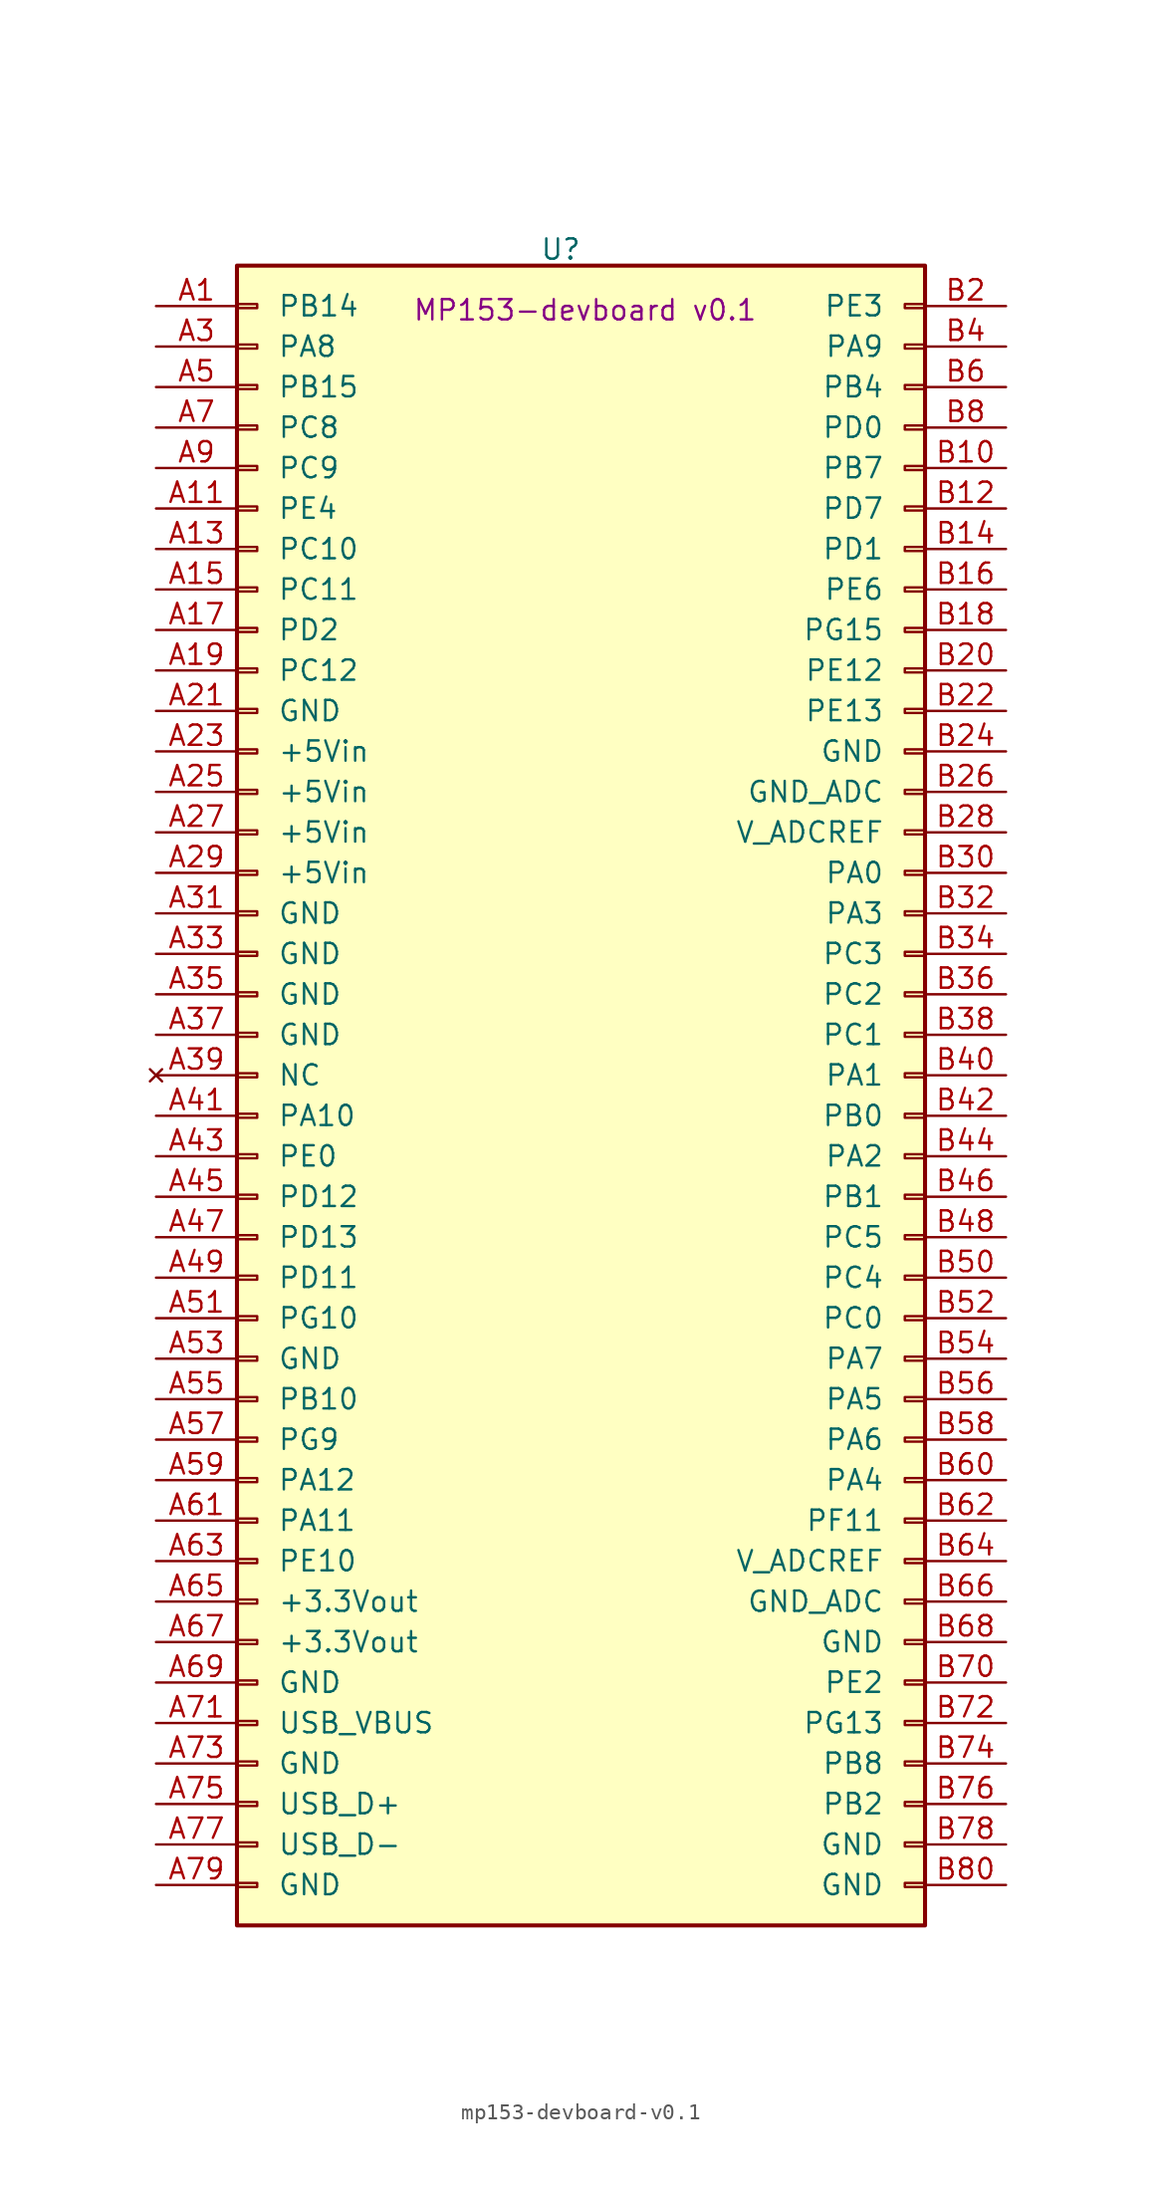
<source format=kicad_sym>
(kicad_symbol_lib
  (version 20241209)
  (generator "kicad_symbol_editor")
  (generator_version "9.0")
  (symbol "mp153-devboard-v0.1"
    (pin_names
      (offset 2.54))
    (property "Reference" "U"
      (at -1.27 53.086 0)
      (effects (font (size 1.27 1.27))))
    (property "Value" ""
      (at 0 0 0)
      (effects (font (size 1.27 1.27))))
    (property "Display" "MP153-devboard v0.1"
      (at 0.254 49.276 0)
      (effects (font (size 1.27 1.27))))
    (symbol "mp153-devboard-v0.1_1_1"
      (rectangle (start -21.59 52.07) (end 21.59 -52.07) (stroke (width 0.254) (type default)) (fill (type background)))
      (rectangle (start -21.59 49.657) (end -20.32 49.403) (stroke (width 0.152) (type default)) (fill (type none)))
      (rectangle (start -21.59 47.117) (end -20.32 46.863) (stroke (width 0.152) (type default)) (fill (type none)))
      (rectangle (start -21.59 44.577) (end -20.32 44.323) (stroke (width 0.152) (type default)) (fill (type none)))
      (rectangle (start -21.59 42.037) (end -20.32 41.783) (stroke (width 0.152) (type default)) (fill (type none)))
      (rectangle (start -21.59 39.497) (end -20.32 39.243) (stroke (width 0.152) (type default)) (fill (type none)))
      (rectangle (start -21.59 36.957) (end -20.32 36.703) (stroke (width 0.152) (type default)) (fill (type none)))
      (rectangle (start -21.59 34.417) (end -20.32 34.163) (stroke (width 0.152) (type default)) (fill (type none)))
      (rectangle (start -21.59 31.877) (end -20.32 31.623) (stroke (width 0.152) (type default)) (fill (type none)))
      (rectangle (start -21.59 29.337) (end -20.32 29.083) (stroke (width 0.152) (type default)) (fill (type none)))
      (rectangle (start -21.59 26.797) (end -20.32 26.543) (stroke (width 0.152) (type default)) (fill (type none)))
      (rectangle (start -21.59 24.257) (end -20.32 24.003) (stroke (width 0.152) (type default)) (fill (type none)))
      (rectangle (start -21.59 21.717) (end -20.32 21.463) (stroke (width 0.152) (type default)) (fill (type none)))
      (rectangle (start -21.59 19.177) (end -20.32 18.923) (stroke (width 0.152) (type default)) (fill (type none)))
      (rectangle (start -21.59 16.637) (end -20.32 16.383) (stroke (width 0.152) (type default)) (fill (type none)))
      (rectangle (start -21.59 14.097) (end -20.32 13.843) (stroke (width 0.152) (type default)) (fill (type none)))
      (rectangle (start -21.59 11.557) (end -20.32 11.303) (stroke (width 0.152) (type default)) (fill (type none)))
      (rectangle (start -21.59 9.017) (end -20.32 8.763) (stroke (width 0.152) (type default)) (fill (type none)))
      (rectangle (start -21.59 6.477) (end -20.32 6.223) (stroke (width 0.152) (type default)) (fill (type none)))
      (rectangle (start -21.59 3.937) (end -20.32 3.683) (stroke (width 0.152) (type default)) (fill (type none)))
      (rectangle (start -21.59 1.397) (end -20.32 1.143) (stroke (width 0.152) (type default)) (fill (type none)))
      (rectangle (start -21.59 -1.143) (end -20.32 -1.397) (stroke (width 0.152) (type default)) (fill (type none)))
      (rectangle (start -21.59 -3.683) (end -20.32 -3.937) (stroke (width 0.152) (type default)) (fill (type none)))
      (rectangle (start -21.59 -6.223) (end -20.32 -6.477) (stroke (width 0.152) (type default)) (fill (type none)))
      (rectangle (start -21.59 -8.763) (end -20.32 -9.017) (stroke (width 0.152) (type default)) (fill (type none)))
      (rectangle (start -21.59 -11.303) (end -20.32 -11.557) (stroke (width 0.152) (type default)) (fill (type none)))
      (rectangle (start -21.59 -13.843) (end -20.32 -14.097) (stroke (width 0.152) (type default)) (fill (type none)))
      (rectangle (start -21.59 -16.383) (end -20.32 -16.637) (stroke (width 0.152) (type default)) (fill (type none)))
      (rectangle (start -21.59 -18.923) (end -20.32 -19.177) (stroke (width 0.152) (type default)) (fill (type none)))
      (rectangle (start -21.59 -21.463) (end -20.32 -21.717) (stroke (width 0.152) (type default)) (fill (type none)))
      (rectangle (start -21.59 -24.003) (end -20.32 -24.257) (stroke (width 0.152) (type default)) (fill (type none)))
      (rectangle (start -21.59 -26.543) (end -20.32 -26.797) (stroke (width 0.152) (type default)) (fill (type none)))
      (rectangle (start -21.59 -29.083) (end -20.32 -29.337) (stroke (width 0.152) (type default)) (fill (type none)))
      (rectangle (start -21.59 -31.623) (end -20.32 -31.877) (stroke (width 0.152) (type default)) (fill (type none)))
      (rectangle (start -21.59 -34.163) (end -20.32 -34.417) (stroke (width 0.152) (type default)) (fill (type none)))
      (rectangle (start -21.59 -36.703) (end -20.32 -36.957) (stroke (width 0.152) (type default)) (fill (type none)))
      (rectangle (start -21.59 -39.243) (end -20.32 -39.497) (stroke (width 0.152) (type default)) (fill (type none)))
      (rectangle (start -21.59 -41.783) (end -20.32 -42.037) (stroke (width 0.152) (type default)) (fill (type none)))
      (rectangle (start -21.59 -44.323) (end -20.32 -44.577) (stroke (width 0.152) (type default)) (fill (type none)))
      (rectangle (start -21.59 -46.863) (end -20.32 -47.117) (stroke (width 0.152) (type default)) (fill (type none)))
      (rectangle (start -21.59 -49.403) (end -20.32 -49.657) (stroke (width 0.152) (type default)) (fill (type none)))
      (rectangle (start 21.59 49.657) (end 20.32 49.403) (stroke (width 0.152) (type default)) (fill (type none)))
      (rectangle (start 21.59 47.117) (end 20.32 46.863) (stroke (width 0.152) (type default)) (fill (type none)))
      (rectangle (start 21.59 44.577) (end 20.32 44.323) (stroke (width 0.152) (type default)) (fill (type none)))
      (rectangle (start 21.59 42.037) (end 20.32 41.783) (stroke (width 0.152) (type default)) (fill (type none)))
      (rectangle (start 21.59 39.497) (end 20.32 39.243) (stroke (width 0.152) (type default)) (fill (type none)))
      (rectangle (start 21.59 36.957) (end 20.32 36.703) (stroke (width 0.152) (type default)) (fill (type none)))
      (rectangle (start 21.59 34.417) (end 20.32 34.163) (stroke (width 0.152) (type default)) (fill (type none)))
      (rectangle (start 21.59 31.877) (end 20.32 31.623) (stroke (width 0.152) (type default)) (fill (type none)))
      (rectangle (start 21.59 29.337) (end 20.32 29.083) (stroke (width 0.152) (type default)) (fill (type none)))
      (rectangle (start 21.59 26.797) (end 20.32 26.543) (stroke (width 0.152) (type default)) (fill (type none)))
      (rectangle (start 21.59 24.257) (end 20.32 24.003) (stroke (width 0.152) (type default)) (fill (type none)))
      (rectangle (start 21.59 21.717) (end 20.32 21.463) (stroke (width 0.152) (type default)) (fill (type none)))
      (rectangle (start 21.59 19.177) (end 20.32 18.923) (stroke (width 0.152) (type default)) (fill (type none)))
      (rectangle (start 21.59 16.637) (end 20.32 16.383) (stroke (width 0.152) (type default)) (fill (type none)))
      (rectangle (start 21.59 14.097) (end 20.32 13.843) (stroke (width 0.152) (type default)) (fill (type none)))
      (rectangle (start 21.59 11.557) (end 20.32 11.303) (stroke (width 0.152) (type default)) (fill (type none)))
      (rectangle (start 21.59 9.017) (end 20.32 8.763) (stroke (width 0.152) (type default)) (fill (type none)))
      (rectangle (start 21.59 6.477) (end 20.32 6.223) (stroke (width 0.152) (type default)) (fill (type none)))
      (rectangle (start 21.59 3.937) (end 20.32 3.683) (stroke (width 0.152) (type default)) (fill (type none)))
      (rectangle (start 21.59 1.397) (end 20.32 1.143) (stroke (width 0.152) (type default)) (fill (type none)))
      (rectangle (start 21.59 -1.143) (end 20.32 -1.397) (stroke (width 0.152) (type default)) (fill (type none)))
      (rectangle (start 21.59 -3.683) (end 20.32 -3.937) (stroke (width 0.152) (type default)) (fill (type none)))
      (rectangle (start 21.59 -6.223) (end 20.32 -6.477) (stroke (width 0.152) (type default)) (fill (type none)))
      (rectangle (start 21.59 -8.763) (end 20.32 -9.017) (stroke (width 0.152) (type default)) (fill (type none)))
      (rectangle (start 21.59 -11.303) (end 20.32 -11.557) (stroke (width 0.152) (type default)) (fill (type none)))
      (rectangle (start 21.59 -13.843) (end 20.32 -14.097) (stroke (width 0.152) (type default)) (fill (type none)))
      (rectangle (start 21.59 -16.383) (end 20.32 -16.637) (stroke (width 0.152) (type default)) (fill (type none)))
      (rectangle (start 21.59 -18.923) (end 20.32 -19.177) (stroke (width 0.152) (type default)) (fill (type none)))
      (rectangle (start 21.59 -21.463) (end 20.32 -21.717) (stroke (width 0.152) (type default)) (fill (type none)))
      (rectangle (start 21.59 -24.003) (end 20.32 -24.257) (stroke (width 0.152) (type default)) (fill (type none)))
      (rectangle (start 21.59 -26.543) (end 20.32 -26.797) (stroke (width 0.152) (type default)) (fill (type none)))
      (rectangle (start 21.59 -29.083) (end 20.32 -29.337) (stroke (width 0.152) (type default)) (fill (type none)))
      (rectangle (start 21.59 -31.623) (end 20.32 -31.877) (stroke (width 0.152) (type default)) (fill (type none)))
      (rectangle (start 21.59 -34.163) (end 20.32 -34.417) (stroke (width 0.152) (type default)) (fill (type none)))
      (rectangle (start 21.59 -36.703) (end 20.32 -36.957) (stroke (width 0.152) (type default)) (fill (type none)))
      (rectangle (start 21.59 -39.243) (end 20.32 -39.497) (stroke (width 0.152) (type default)) (fill (type none)))
      (rectangle (start 21.59 -41.783) (end 20.32 -42.037) (stroke (width 0.152) (type default)) (fill (type none)))
      (rectangle (start 21.59 -44.323) (end 20.32 -44.577) (stroke (width 0.152) (type default)) (fill (type none)))
      (rectangle (start 21.59 -46.863) (end 20.32 -47.117) (stroke (width 0.152) (type default)) (fill (type none)))
      (rectangle (start 21.59 -49.403) (end 20.32 -49.657) (stroke (width 0.152) (type default)) (fill (type none)))
      (pin passive line (at -26.67 49.53 0) (length 5.08) (name "PB14" (effects (font (size 1.27 1.27)))) (number "A1" (effects (font (size 1.27 1.27)))))
      (pin passive line (at -26.67 46.99 0) (length 5.08) (name "PA8" (effects (font (size 1.27 1.27)))) (number "A3" (effects (font (size 1.27 1.27)))))
      (pin passive line (at -26.67 44.45 0) (length 5.08) (name "PB15" (effects (font (size 1.27 1.27)))) (number "A5" (effects (font (size 1.27 1.27)))))
      (pin passive line (at -26.67 41.91 0) (length 5.08) (name "PC8" (effects (font (size 1.27 1.27)))) (number "A7" (effects (font (size 1.27 1.27)))))
      (pin passive line (at -26.67 39.37 0) (length 5.08) (name "PC9" (effects (font (size 1.27 1.27)))) (number "A9" (effects (font (size 1.27 1.27)))))
      (pin passive line (at -26.67 36.83 0) (length 5.08) (name "PE4" (effects (font (size 1.27 1.27)))) (number "A11" (effects (font (size 1.27 1.27)))))
      (pin passive line (at -26.67 34.29 0) (length 5.08) (name "PC10" (effects (font (size 1.27 1.27)))) (number "A13" (effects (font (size 1.27 1.27)))))
      (pin passive line (at -26.67 31.75 0) (length 5.08) (name "PC11" (effects (font (size 1.27 1.27)))) (number "A15" (effects (font (size 1.27 1.27)))))
      (pin passive line (at -26.67 29.21 0) (length 5.08) (name "PD2" (effects (font (size 1.27 1.27)))) (number "A17" (effects (font (size 1.27 1.27)))))
      (pin passive line (at -26.67 26.67 0) (length 5.08) (name "PC12" (effects (font (size 1.27 1.27)))) (number "A19" (effects (font (size 1.27 1.27)))))
      (pin passive line (at -26.67 24.13 0) (length 5.08) (name "GND" (effects (font (size 1.27 1.27)))) (number "A21" (effects (font (size 1.27 1.27)))))
      (pin passive line (at -26.67 21.59 0) (length 5.08) (name "+5Vin" (effects (font (size 1.27 1.27)))) (number "A23" (effects (font (size 1.27 1.27)))))
      (pin passive line (at -26.67 19.05 0) (length 5.08) (name "+5Vin" (effects (font (size 1.27 1.27)))) (number "A25" (effects (font (size 1.27 1.27)))))
      (pin passive line (at -26.67 16.51 0) (length 5.08) (name "+5Vin" (effects (font (size 1.27 1.27)))) (number "A27" (effects (font (size 1.27 1.27)))))
      (pin passive line (at -26.67 13.97 0) (length 5.08) (name "+5Vin" (effects (font (size 1.27 1.27)))) (number "A29" (effects (font (size 1.27 1.27)))))
      (pin passive line (at -26.67 11.43 0) (length 5.08) (name "GND" (effects (font (size 1.27 1.27)))) (number "A31" (effects (font (size 1.27 1.27)))))
      (pin passive line (at -26.67 8.89 0) (length 5.08) (name "GND" (effects (font (size 1.27 1.27)))) (number "A33" (effects (font (size 1.27 1.27)))))
      (pin passive line (at -26.67 6.35 0) (length 5.08) (name "GND" (effects (font (size 1.27 1.27)))) (number "A35" (effects (font (size 1.27 1.27)))))
      (pin passive line (at -26.67 3.81 0) (length 5.08) (name "GND" (effects (font (size 1.27 1.27)))) (number "A37" (effects (font (size 1.27 1.27)))))
      (pin no_connect line (at -26.67 1.27 0) (length 5.08) (name "NC" (effects (font (size 1.27 1.27)))) (number "A39" (effects (font (size 1.27 1.27)))))
      (pin passive line (at -26.67 -1.27 0) (length 5.08) (name "PA10" (effects (font (size 1.27 1.27)))) (number "A41" (effects (font (size 1.27 1.27)))))
      (pin passive line (at -26.67 -3.81 0) (length 5.08) (name "PE0" (effects (font (size 1.27 1.27)))) (number "A43" (effects (font (size 1.27 1.27)))))
      (pin passive line (at -26.67 -6.35 0) (length 5.08) (name "PD12" (effects (font (size 1.27 1.27)))) (number "A45" (effects (font (size 1.27 1.27)))))
      (pin passive line (at -26.67 -8.89 0) (length 5.08) (name "PD13" (effects (font (size 1.27 1.27)))) (number "A47" (effects (font (size 1.27 1.27)))))
      (pin passive line (at -26.67 -11.43 0) (length 5.08) (name "PD11" (effects (font (size 1.27 1.27)))) (number "A49" (effects (font (size 1.27 1.27)))))
      (pin passive line (at -26.67 -13.97 0) (length 5.08) (name "PG10" (effects (font (size 1.27 1.27)))) (number "A51" (effects (font (size 1.27 1.27)))))
      (pin passive line (at -26.67 -16.51 0) (length 5.08) (name "GND" (effects (font (size 1.27 1.27)))) (number "A53" (effects (font (size 1.27 1.27)))))
      (pin passive line (at -26.67 -19.05 0) (length 5.08) (name "PB10" (effects (font (size 1.27 1.27)))) (number "A55" (effects (font (size 1.27 1.27)))))
      (pin passive line (at -26.67 -21.59 0) (length 5.08) (name "PG9" (effects (font (size 1.27 1.27)))) (number "A57" (effects (font (size 1.27 1.27)))))
      (pin passive line (at -26.67 -24.13 0) (length 5.08) (name "PA12" (effects (font (size 1.27 1.27)))) (number "A59" (effects (font (size 1.27 1.27)))))
      (pin passive line (at -26.67 -26.67 0) (length 5.08) (name "PA11" (effects (font (size 1.27 1.27)))) (number "A61" (effects (font (size 1.27 1.27)))))
      (pin passive line (at -26.67 -29.21 0) (length 5.08) (name "PE10" (effects (font (size 1.27 1.27)))) (number "A63" (effects (font (size 1.27 1.27)))))
      (pin passive line (at -26.67 -31.75 0) (length 5.08) (name "+3.3Vout" (effects (font (size 1.27 1.27)))) (number "A65" (effects (font (size 1.27 1.27)))))
      (pin passive line (at -26.67 -34.29 0) (length 5.08) (name "+3.3Vout" (effects (font (size 1.27 1.27)))) (number "A67" (effects (font (size 1.27 1.27)))))
      (pin passive line (at -26.67 -36.83 0) (length 5.08) (name "GND" (effects (font (size 1.27 1.27)))) (number "A69" (effects (font (size 1.27 1.27)))))
      (pin passive line (at -26.67 -39.37 0) (length 5.08) (name "USB_VBUS" (effects (font (size 1.27 1.27)))) (number "A71" (effects (font (size 1.27 1.27)))))
      (pin passive line (at -26.67 -41.91 0) (length 5.08) (name "GND" (effects (font (size 1.27 1.27)))) (number "A73" (effects (font (size 1.27 1.27)))))
      (pin passive line (at -26.67 -44.45 0) (length 5.08) (name "USB_D+" (effects (font (size 1.27 1.27)))) (number "A75" (effects (font (size 1.27 1.27)))))
      (pin passive line (at -26.67 -46.99 0) (length 5.08) (name "USB_D-" (effects (font (size 1.27 1.27)))) (number "A77" (effects (font (size 1.27 1.27)))))
      (pin passive line (at -26.67 -49.53 0) (length 5.08) (name "GND" (effects (font (size 1.27 1.27)))) (number "A79" (effects (font (size 1.27 1.27)))))
      (pin passive line (at 26.67 49.53 180) (length 5.08) (name "PE3" (effects (font (size 1.27 1.27)))) (number "B2" (effects (font (size 1.27 1.27)))))
      (pin passive line (at 26.67 46.99 180) (length 5.08) (name "PA9" (effects (font (size 1.27 1.27)))) (number "B4" (effects (font (size 1.27 1.27)))))
      (pin passive line (at 26.67 44.45 180) (length 5.08) (name "PB4" (effects (font (size 1.27 1.27)))) (number "B6" (effects (font (size 1.27 1.27)))))
      (pin passive line (at 26.67 41.91 180) (length 5.08) (name "PD0" (effects (font (size 1.27 1.27)))) (number "B8" (effects (font (size 1.27 1.27)))))
      (pin passive line (at 26.67 39.37 180) (length 5.08) (name "PB7" (effects (font (size 1.27 1.27)))) (number "B10" (effects (font (size 1.27 1.27)))))
      (pin passive line (at 26.67 36.83 180) (length 5.08) (name "PD7" (effects (font (size 1.27 1.27)))) (number "B12" (effects (font (size 1.27 1.27)))))
      (pin passive line (at 26.67 34.29 180) (length 5.08) (name "PD1" (effects (font (size 1.27 1.27)))) (number "B14" (effects (font (size 1.27 1.27)))))
      (pin passive line (at 26.67 31.75 180) (length 5.08) (name "PE6" (effects (font (size 1.27 1.27)))) (number "B16" (effects (font (size 1.27 1.27)))))
      (pin passive line (at 26.67 29.21 180) (length 5.08) (name "PG15" (effects (font (size 1.27 1.27)))) (number "B18" (effects (font (size 1.27 1.27)))))
      (pin passive line (at 26.67 26.67 180) (length 5.08) (name "PE12" (effects (font (size 1.27 1.27)))) (number "B20" (effects (font (size 1.27 1.27)))))
      (pin passive line (at 26.67 24.13 180) (length 5.08) (name "PE13" (effects (font (size 1.27 1.27)))) (number "B22" (effects (font (size 1.27 1.27)))))
      (pin passive line (at 26.67 21.59 180) (length 5.08) (name "GND" (effects (font (size 1.27 1.27)))) (number "B24" (effects (font (size 1.27 1.27)))))
      (pin passive line (at 26.67 19.05 180) (length 5.08) (name "GND_ADC" (effects (font (size 1.27 1.27)))) (number "B26" (effects (font (size 1.27 1.27)))))
      (pin passive line (at 26.67 16.51 180) (length 5.08) (name "V_ADCREF" (effects (font (size 1.27 1.27)))) (number "B28" (effects (font (size 1.27 1.27)))))
      (pin passive line (at 26.67 13.97 180) (length 5.08) (name "PA0" (effects (font (size 1.27 1.27)))) (number "B30" (effects (font (size 1.27 1.27)))))
      (pin passive line (at 26.67 11.43 180) (length 5.08) (name "PA3" (effects (font (size 1.27 1.27)))) (number "B32" (effects (font (size 1.27 1.27)))))
      (pin passive line (at 26.67 8.89 180) (length 5.08) (name "PC3" (effects (font (size 1.27 1.27)))) (number "B34" (effects (font (size 1.27 1.27)))))
      (pin passive line (at 26.67 6.35 180) (length 5.08) (name "PC2" (effects (font (size 1.27 1.27)))) (number "B36" (effects (font (size 1.27 1.27)))))
      (pin passive line (at 26.67 3.81 180) (length 5.08) (name "PC1" (effects (font (size 1.27 1.27)))) (number "B38" (effects (font (size 1.27 1.27)))))
      (pin passive line (at 26.67 1.27 180) (length 5.08) (name "PA1" (effects (font (size 1.27 1.27)))) (number "B40" (effects (font (size 1.27 1.27)))))
      (pin passive line (at 26.67 -1.27 180) (length 5.08) (name "PB0" (effects (font (size 1.27 1.27)))) (number "B42" (effects (font (size 1.27 1.27)))))
      (pin passive line (at 26.67 -3.81 180) (length 5.08) (name "PA2" (effects (font (size 1.27 1.27)))) (number "B44" (effects (font (size 1.27 1.27)))))
      (pin passive line (at 26.67 -6.35 180) (length 5.08) (name "PB1" (effects (font (size 1.27 1.27)))) (number "B46" (effects (font (size 1.27 1.27)))))
      (pin passive line (at 26.67 -8.89 180) (length 5.08) (name "PC5" (effects (font (size 1.27 1.27)))) (number "B48" (effects (font (size 1.27 1.27)))))
      (pin passive line (at 26.67 -11.43 180) (length 5.08) (name "PC4" (effects (font (size 1.27 1.27)))) (number "B50" (effects (font (size 1.27 1.27)))))
      (pin passive line (at 26.67 -13.97 180) (length 5.08) (name "PC0" (effects (font (size 1.27 1.27)))) (number "B52" (effects (font (size 1.27 1.27)))))
      (pin passive line (at 26.67 -16.51 180) (length 5.08) (name "PA7" (effects (font (size 1.27 1.27)))) (number "B54" (effects (font (size 1.27 1.27)))))
      (pin passive line (at 26.67 -19.05 180) (length 5.08) (name "PA5" (effects (font (size 1.27 1.27)))) (number "B56" (effects (font (size 1.27 1.27)))))
      (pin passive line (at 26.67 -21.59 180) (length 5.08) (name "PA6" (effects (font (size 1.27 1.27)))) (number "B58" (effects (font (size 1.27 1.27)))))
      (pin passive line (at 26.67 -24.13 180) (length 5.08) (name "PA4" (effects (font (size 1.27 1.27)))) (number "B60" (effects (font (size 1.27 1.27)))))
      (pin passive line (at 26.67 -26.67 180) (length 5.08) (name "PF11" (effects (font (size 1.27 1.27)))) (number "B62" (effects (font (size 1.27 1.27)))))
      (pin passive line (at 26.67 -29.21 180) (length 5.08) (name "V_ADCREF" (effects (font (size 1.27 1.27)))) (number "B64" (effects (font (size 1.27 1.27)))))
      (pin passive line (at 26.67 -31.75 180) (length 5.08) (name "GND_ADC" (effects (font (size 1.27 1.27)))) (number "B66" (effects (font (size 1.27 1.27)))))
      (pin passive line (at 26.67 -34.29 180) (length 5.08) (name "GND" (effects (font (size 1.27 1.27)))) (number "B68" (effects (font (size 1.27 1.27)))))
      (pin passive line (at 26.67 -36.83 180) (length 5.08) (name "PE2" (effects (font (size 1.27 1.27)))) (number "B70" (effects (font (size 1.27 1.27)))))
      (pin passive line (at 26.67 -39.37 180) (length 5.08) (name "PG13" (effects (font (size 1.27 1.27)))) (number "B72" (effects (font (size 1.27 1.27)))))
      (pin passive line (at 26.67 -41.91 180) (length 5.08) (name "PB8" (effects (font (size 1.27 1.27)))) (number "B74" (effects (font (size 1.27 1.27)))))
      (pin passive line (at 26.67 -44.45 180) (length 5.08) (name "PB2" (effects (font (size 1.27 1.27)))) (number "B76" (effects (font (size 1.27 1.27)))))
      (pin passive line (at 26.67 -46.99 180) (length 5.08) (name "GND" (effects (font (size 1.27 1.27)))) (number "B78" (effects (font (size 1.27 1.27)))))
      (pin passive line (at 26.67 -49.53 180) (length 5.08) (name "GND" (effects (font (size 1.27 1.27)))) (number "B80" (effects (font (size 1.27 1.27))))))))
</source>
